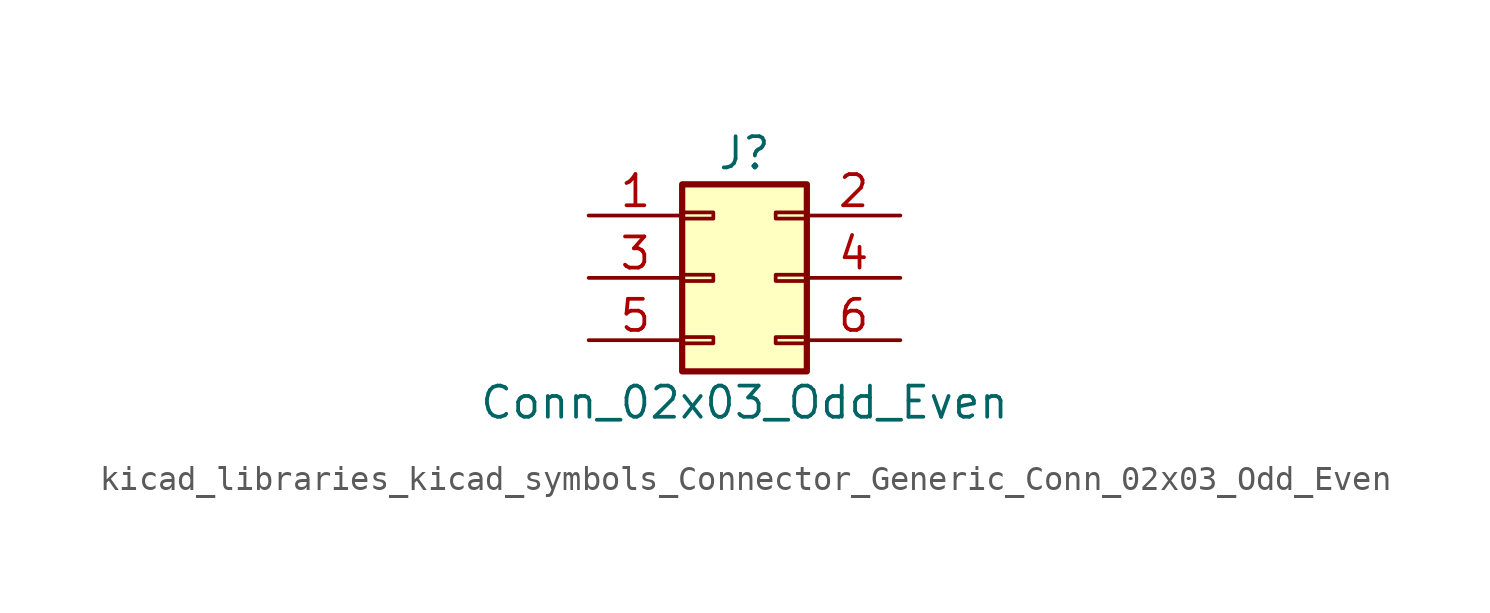
<source format=kicad_sym>
(kicad_symbol_lib
  (version 20220914)
  (generator kicad_symbol_editor)
  (symbol "kicad_libraries_kicad_symbols_Connector_Generic_Conn_02x03_Odd_Even"
    (pin_names
      (offset 1.016) hide)
    (property "Reference" "J"
      (at 1.27 5.08 0)
      (effects (font (size 1.27 1.27))))
    (property "Value" "Conn_02x03_Odd_Even"
      (at 1.27 -5.08 0)
      (effects (font (size 1.27 1.27))))
    (symbol "kicad_libraries_kicad_symbols_Connector_Generic_Conn_02x03_Odd_Even_1_1"
      (rectangle (start -1.27 -2.413) (end 0 -2.667) (stroke (width 0.152) (type default)) (fill (type none)))
      (rectangle (start -1.27 0.127) (end 0 -0.127) (stroke (width 0.152) (type default)) (fill (type none)))
      (rectangle (start -1.27 2.667) (end 0 2.413) (stroke (width 0.152) (type default)) (fill (type none)))
      (rectangle (start -1.27 3.81) (end 3.81 -3.81) (stroke (width 0.254) (type default)) (fill (type background)))
      (rectangle (start 3.81 -2.413) (end 2.54 -2.667) (stroke (width 0.152) (type default)) (fill (type none)))
      (rectangle (start 3.81 0.127) (end 2.54 -0.127) (stroke (width 0.152) (type default)) (fill (type none)))
      (rectangle (start 3.81 2.667) (end 2.54 2.413) (stroke (width 0.152) (type default)) (fill (type none)))
      (pin passive line (at -5.08 2.54 0) (length 3.81) (name "Pin_1" (effects (font (size 1.27 1.27)))) (number "1" (effects (font (size 1.27 1.27)))))
      (pin passive line (at 7.62 2.54 180) (length 3.81) (name "Pin_2" (effects (font (size 1.27 1.27)))) (number "2" (effects (font (size 1.27 1.27)))))
      (pin passive line (at -5.08 0 0) (length 3.81) (name "Pin_3" (effects (font (size 1.27 1.27)))) (number "3" (effects (font (size 1.27 1.27)))))
      (pin passive line (at 7.62 0 180) (length 3.81) (name "Pin_4" (effects (font (size 1.27 1.27)))) (number "4" (effects (font (size 1.27 1.27)))))
      (pin passive line (at -5.08 -2.54 0) (length 3.81) (name "Pin_5" (effects (font (size 1.27 1.27)))) (number "5" (effects (font (size 1.27 1.27)))))
      (pin passive line (at 7.62 -2.54 180) (length 3.81) (name "Pin_6" (effects (font (size 1.27 1.27)))) (number "6" (effects (font (size 1.27 1.27))))))))
</source>
